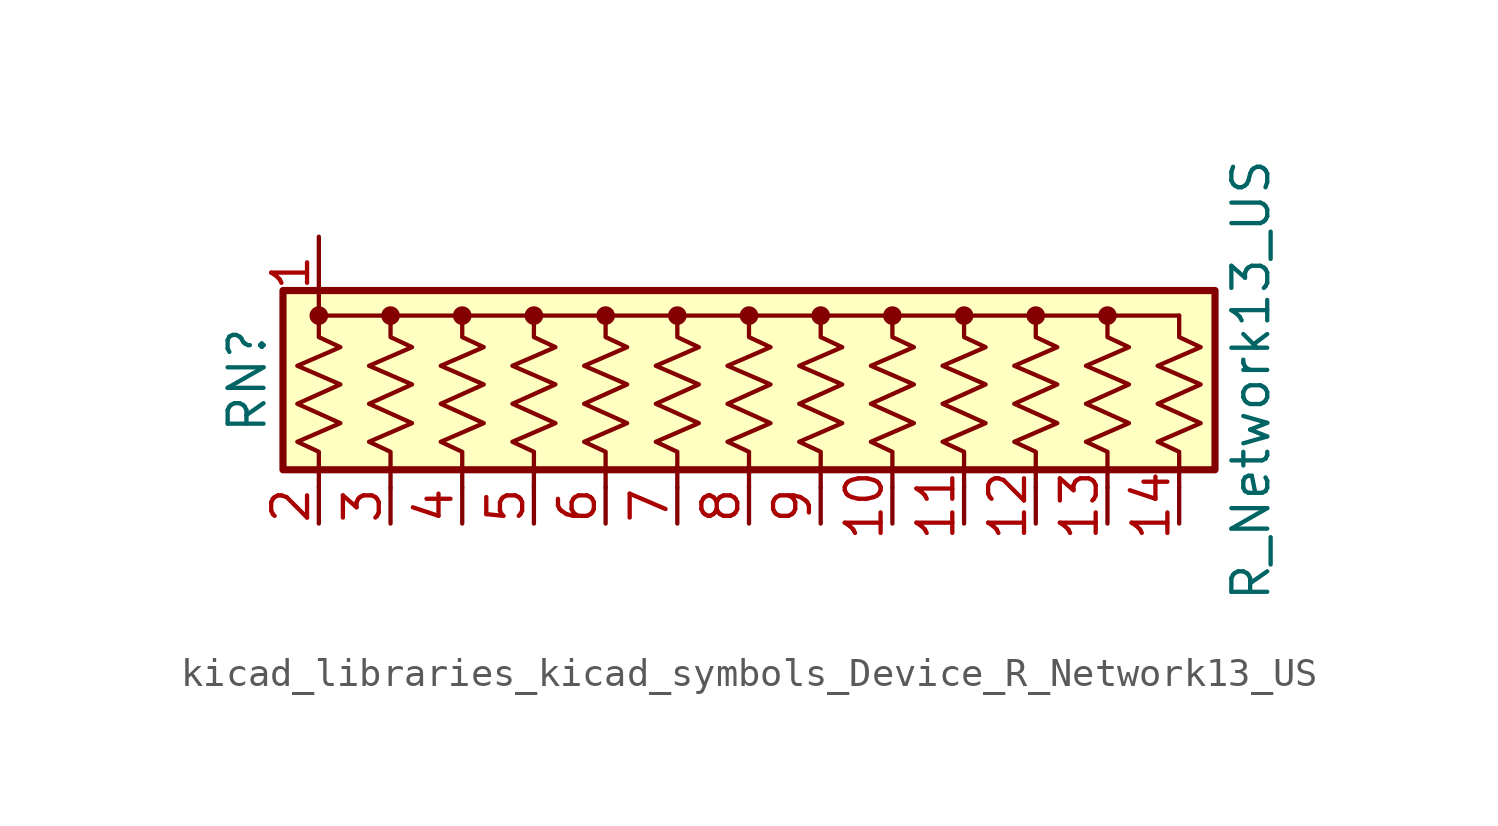
<source format=kicad_sym>
(kicad_symbol_lib
  (version 20220914)
  (generator kicad_symbol_editor)
  (symbol "kicad_libraries_kicad_symbols_Device_R_Network13_US"
    (pin_names
      (offset 0) hide)
    (property "Reference" "RN"
      (at -17.78 0 90)
      (effects (font (size 1.27 1.27))))
    (property "Value" "R_Network13_US"
      (at 17.78 0 90)
      (effects (font (size 1.27 1.27))))
    (symbol "kicad_libraries_kicad_symbols_Device_R_Network13_US_0_1"
      (rectangle (start -16.51 -3.175) (end 16.51 3.175) (stroke (width 0.254) (type default)) (fill (type background)))
      (circle (center -15.24 2.286) (radius 0.254) (stroke (width 0) (type default)) (fill (type outline)))
      (circle (center -12.7 2.286) (radius 0.254) (stroke (width 0) (type default)) (fill (type outline)))
      (circle (center -10.16 2.286) (radius 0.254) (stroke (width 0) (type default)) (fill (type outline)))
      (circle (center -7.62 2.286) (radius 0.254) (stroke (width 0) (type default)) (fill (type outline)))
      (circle (center -5.08 2.286) (radius 0.254) (stroke (width 0) (type default)) (fill (type outline)))
      (circle (center -2.54 2.286) (radius 0.254) (stroke (width 0) (type default)) (fill (type outline)))
      (polyline (pts (xy -15.24 2.286) (xy 15.24 2.286)) (stroke (width 0) (type default)) (fill (type none)))
      (polyline (pts (xy -15.24 2.286) (xy -15.24 1.524) (xy -14.478 1.168) (xy -16.002 0.508) (xy -14.478 -0.152) (xy -16.002 -0.838) (xy -14.478 -1.524) (xy -16.002 -2.184) (xy -15.24 -2.54) (xy -15.24 -3.81)) (stroke (width 0) (type default)) (fill (type none)))
      (polyline (pts (xy -12.7 2.286) (xy -12.7 1.524) (xy -11.938 1.168) (xy -13.462 0.508) (xy -11.938 -0.152) (xy -13.462 -0.838) (xy -11.938 -1.524) (xy -13.462 -2.184) (xy -12.7 -2.54) (xy -12.7 -3.81)) (stroke (width 0) (type default)) (fill (type none)))
      (polyline (pts (xy -10.16 2.286) (xy -10.16 1.524) (xy -9.398 1.168) (xy -10.922 0.508) (xy -9.398 -0.152) (xy -10.922 -0.838) (xy -9.398 -1.524) (xy -10.922 -2.184) (xy -10.16 -2.54) (xy -10.16 -3.81)) (stroke (width 0) (type default)) (fill (type none)))
      (polyline (pts (xy -7.62 2.286) (xy -7.62 1.524) (xy -6.858 1.168) (xy -8.382 0.508) (xy -6.858 -0.152) (xy -8.382 -0.838) (xy -6.858 -1.524) (xy -8.382 -2.184) (xy -7.62 -2.54) (xy -7.62 -3.81)) (stroke (width 0) (type default)) (fill (type none)))
      (polyline (pts (xy -5.08 2.286) (xy -5.08 1.524) (xy -4.318 1.168) (xy -5.842 0.508) (xy -4.318 -0.152) (xy -5.842 -0.838) (xy -4.318 -1.524) (xy -5.842 -2.184) (xy -5.08 -2.54) (xy -5.08 -3.81)) (stroke (width 0) (type default)) (fill (type none)))
      (polyline (pts (xy -2.54 2.286) (xy -2.54 1.524) (xy -1.778 1.168) (xy -3.302 0.508) (xy -1.778 -0.152) (xy -3.302 -0.838) (xy -1.778 -1.524) (xy -3.302 -2.184) (xy -2.54 -2.54) (xy -2.54 -3.81)) (stroke (width 0) (type default)) (fill (type none)))
      (polyline (pts (xy 0 2.286) (xy 0 1.524) (xy 0.762 1.168) (xy -0.762 0.508) (xy 0.762 -0.152) (xy -0.762 -0.838) (xy 0.762 -1.524) (xy -0.762 -2.184) (xy 0 -2.54) (xy 0 -3.81)) (stroke (width 0) (type default)) (fill (type none)))
      (polyline (pts (xy 2.54 2.286) (xy 2.54 1.524) (xy 3.302 1.168) (xy 1.778 0.508) (xy 3.302 -0.152) (xy 1.778 -0.838) (xy 3.302 -1.524) (xy 1.778 -2.184) (xy 2.54 -2.54) (xy 2.54 -3.81)) (stroke (width 0) (type default)) (fill (type none)))
      (polyline (pts (xy 5.08 2.286) (xy 5.08 1.524) (xy 5.842 1.168) (xy 4.318 0.508) (xy 5.842 -0.152) (xy 4.318 -0.838) (xy 5.842 -1.524) (xy 4.318 -2.184) (xy 5.08 -2.54) (xy 5.08 -3.81)) (stroke (width 0) (type default)) (fill (type none)))
      (polyline (pts (xy 7.62 2.286) (xy 7.62 1.524) (xy 8.382 1.168) (xy 6.858 0.508) (xy 8.382 -0.152) (xy 6.858 -0.838) (xy 8.382 -1.524) (xy 6.858 -2.184) (xy 7.62 -2.54) (xy 7.62 -3.81)) (stroke (width 0) (type default)) (fill (type none)))
      (polyline (pts (xy 10.16 2.286) (xy 10.16 1.524) (xy 10.922 1.168) (xy 9.398 0.508) (xy 10.922 -0.152) (xy 9.398 -0.838) (xy 10.922 -1.524) (xy 9.398 -2.184) (xy 10.16 -2.54) (xy 10.16 -3.81)) (stroke (width 0) (type default)) (fill (type none)))
      (polyline (pts (xy 12.7 2.286) (xy 12.7 1.524) (xy 13.462 1.168) (xy 11.938 0.508) (xy 13.462 -0.152) (xy 11.938 -0.838) (xy 13.462 -1.524) (xy 11.938 -2.184) (xy 12.7 -2.54) (xy 12.7 -3.81)) (stroke (width 0) (type default)) (fill (type none)))
      (polyline (pts (xy 15.24 2.286) (xy 15.24 1.524) (xy 16.002 1.168) (xy 14.478 0.508) (xy 16.002 -0.152) (xy 14.478 -0.838) (xy 16.002 -1.524) (xy 14.478 -2.184) (xy 15.24 -2.54) (xy 15.24 -3.81)) (stroke (width 0) (type default)) (fill (type none)))
      (circle (center 0 2.286) (radius 0.254) (stroke (width 0) (type default)) (fill (type outline)))
      (circle (center 2.54 2.286) (radius 0.254) (stroke (width 0) (type default)) (fill (type outline)))
      (circle (center 5.08 2.286) (radius 0.254) (stroke (width 0) (type default)) (fill (type outline)))
      (circle (center 7.62 2.286) (radius 0.254) (stroke (width 0) (type default)) (fill (type outline)))
      (circle (center 10.16 2.286) (radius 0.254) (stroke (width 0) (type default)) (fill (type outline)))
      (circle (center 12.7 2.286) (radius 0.254) (stroke (width 0) (type default)) (fill (type outline))))
    (symbol "kicad_libraries_kicad_symbols_Device_R_Network13_US_1_1"
      (pin passive line (at -15.24 5.08 270) (length 2.54) (name "common" (effects (font (size 1.27 1.27)))) (number "1" (effects (font (size 1.27 1.27)))))
      (pin passive line (at 5.08 -5.08 90) (length 1.27) (name "R9" (effects (font (size 1.27 1.27)))) (number "10" (effects (font (size 1.27 1.27)))))
      (pin passive line (at 7.62 -5.08 90) (length 1.27) (name "R10" (effects (font (size 1.27 1.27)))) (number "11" (effects (font (size 1.27 1.27)))))
      (pin passive line (at 10.16 -5.08 90) (length 1.27) (name "R11" (effects (font (size 1.27 1.27)))) (number "12" (effects (font (size 1.27 1.27)))))
      (pin passive line (at 12.7 -5.08 90) (length 1.27) (name "R12" (effects (font (size 1.27 1.27)))) (number "13" (effects (font (size 1.27 1.27)))))
      (pin passive line (at 15.24 -5.08 90) (length 1.27) (name "R13" (effects (font (size 1.27 1.27)))) (number "14" (effects (font (size 1.27 1.27)))))
      (pin passive line (at -15.24 -5.08 90) (length 1.27) (name "R1" (effects (font (size 1.27 1.27)))) (number "2" (effects (font (size 1.27 1.27)))))
      (pin passive line (at -12.7 -5.08 90) (length 1.27) (name "R2" (effects (font (size 1.27 1.27)))) (number "3" (effects (font (size 1.27 1.27)))))
      (pin passive line (at -10.16 -5.08 90) (length 1.27) (name "R3" (effects (font (size 1.27 1.27)))) (number "4" (effects (font (size 1.27 1.27)))))
      (pin passive line (at -7.62 -5.08 90) (length 1.27) (name "R4" (effects (font (size 1.27 1.27)))) (number "5" (effects (font (size 1.27 1.27)))))
      (pin passive line (at -5.08 -5.08 90) (length 1.27) (name "R5" (effects (font (size 1.27 1.27)))) (number "6" (effects (font (size 1.27 1.27)))))
      (pin passive line (at -2.54 -5.08 90) (length 1.27) (name "R6" (effects (font (size 1.27 1.27)))) (number "7" (effects (font (size 1.27 1.27)))))
      (pin passive line (at 0 -5.08 90) (length 1.27) (name "R7" (effects (font (size 1.27 1.27)))) (number "8" (effects (font (size 1.27 1.27)))))
      (pin passive line (at 2.54 -5.08 90) (length 1.27) (name "R8" (effects (font (size 1.27 1.27)))) (number "9" (effects (font (size 1.27 1.27))))))))
</source>
